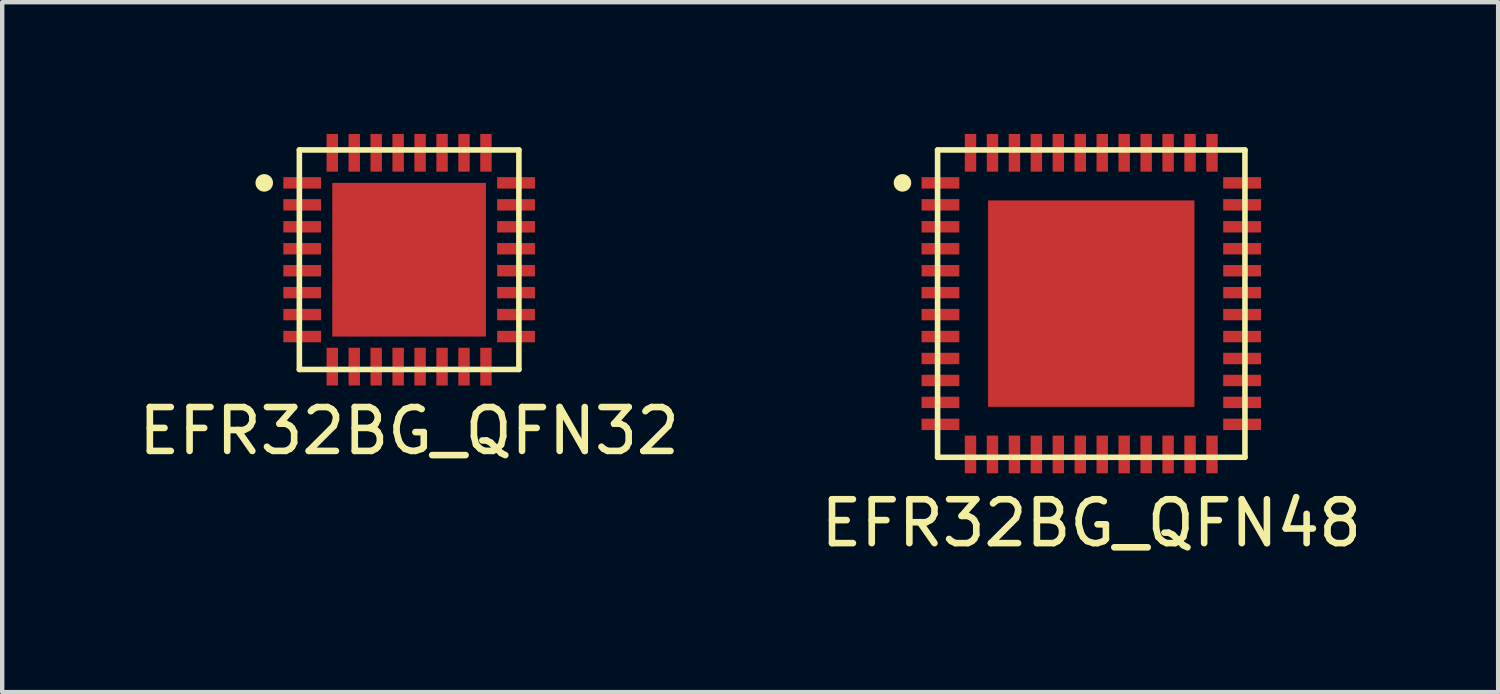
<source format=kicad_pcb>
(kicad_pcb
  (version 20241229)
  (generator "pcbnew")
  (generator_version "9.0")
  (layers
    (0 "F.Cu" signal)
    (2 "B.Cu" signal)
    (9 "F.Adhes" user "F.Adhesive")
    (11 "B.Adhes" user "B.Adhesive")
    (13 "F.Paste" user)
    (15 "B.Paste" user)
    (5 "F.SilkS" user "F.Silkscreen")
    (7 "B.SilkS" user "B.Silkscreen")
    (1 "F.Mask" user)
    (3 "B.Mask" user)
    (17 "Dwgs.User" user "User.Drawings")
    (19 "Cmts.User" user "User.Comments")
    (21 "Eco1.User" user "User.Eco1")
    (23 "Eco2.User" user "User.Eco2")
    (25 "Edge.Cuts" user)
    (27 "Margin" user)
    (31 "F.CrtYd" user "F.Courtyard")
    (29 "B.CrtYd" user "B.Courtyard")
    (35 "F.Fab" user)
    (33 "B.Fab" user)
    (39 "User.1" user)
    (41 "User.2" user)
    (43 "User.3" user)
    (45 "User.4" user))
  (footprint "EFR32BG_QFN48"
    (layer "F.Cu")
    (at 21.804 3.865)
    (property "Reference" "EFR32BG_QFN48" (at 0 5 0) (layer "F.SilkS") (effects (font (size 1 1) (thickness 0.15))))
    (attr through_hole)
    (fp_line (start -3.5 -3.5) (end 3.5 -3.5) (stroke (width 0.127) (type solid)) (layer "F.SilkS"))
    (fp_line (start -3.5 3.5) (end -3.5 -3.5) (stroke (width 0.127) (type solid)) (layer "F.SilkS"))
    (fp_line (start 3.5 -3.5) (end 3.5 3.5) (stroke (width 0.127) (type solid)) (layer "F.SilkS"))
    (fp_line (start 3.5 3.5) (end -3.5 3.5) (stroke (width 0.127) (type solid)) (layer "F.SilkS"))
    (fp_circle (center -4.3 -2.75) (end -4.4 -2.75) (stroke (width 0.2) (type solid)) (fill no) (layer "F.SilkS"))
    (pad "0" smd rect (at 0 0 270) (size 4.7 4.7) (layers "F.Cu" "F.Mask" "F.Paste"))
    (pad "1" smd rect (at -3.435 -2.75 180) (size 0.86 0.26) (layers "F.Cu" "F.Mask" "F.Paste"))
    (pad "2" smd rect (at -3.435 -2.25 180) (size 0.86 0.26) (layers "F.Cu" "F.Mask" "F.Paste"))
    (pad "3" smd rect (at -3.435 -1.75 180) (size 0.86 0.26) (layers "F.Cu" "F.Mask" "F.Paste"))
    (pad "4" smd rect (at -3.435 -1.25 180) (size 0.86 0.26) (layers "F.Cu" "F.Mask" "F.Paste"))
    (pad "5" smd rect (at -3.435 -0.75 180) (size 0.86 0.26) (layers "F.Cu" "F.Mask" "F.Paste"))
    (pad "6" smd rect (at -3.435 -0.25 180) (size 0.86 0.26) (layers "F.Cu" "F.Mask" "F.Paste"))
    (pad "7" smd rect (at -3.435 0.25 180) (size 0.86 0.26) (layers "F.Cu" "F.Mask" "F.Paste"))
    (pad "8" smd rect (at -3.435 0.75 180) (size 0.86 0.26) (layers "F.Cu" "F.Mask" "F.Paste"))
    (pad "9" smd rect (at -3.435 1.25 180) (size 0.86 0.26) (layers "F.Cu" "F.Mask" "F.Paste"))
    (pad "10" smd rect (at -3.435 1.75 180) (size 0.86 0.26) (layers "F.Cu" "F.Mask" "F.Paste"))
    (pad "11" smd rect (at -3.435 2.25 180) (size 0.86 0.26) (layers "F.Cu" "F.Mask" "F.Paste"))
    (pad "12" smd rect (at -3.435 2.75 180) (size 0.86 0.26) (layers "F.Cu" "F.Mask" "F.Paste"))
    (pad "13" smd rect (at -2.75 3.435 270) (size 0.86 0.26) (layers "F.Cu" "F.Mask" "F.Paste"))
    (pad "14" smd rect (at -2.25 3.435 270) (size 0.86 0.26) (layers "F.Cu" "F.Mask" "F.Paste"))
    (pad "15" smd rect (at -1.75 3.435 270) (size 0.86 0.26) (layers "F.Cu" "F.Mask" "F.Paste"))
    (pad "16" smd rect (at -1.25 3.435 270) (size 0.86 0.26) (layers "F.Cu" "F.Mask" "F.Paste"))
    (pad "17" smd rect (at -0.75 3.435 270) (size 0.86 0.26) (layers "F.Cu" "F.Mask" "F.Paste"))
    (pad "18" smd rect (at -0.25 3.435 270) (size 0.86 0.26) (layers "F.Cu" "F.Mask" "F.Paste"))
    (pad "19" smd rect (at 0.25 3.435 270) (size 0.86 0.26) (layers "F.Cu" "F.Mask" "F.Paste"))
    (pad "20" smd rect (at 0.75 3.435 270) (size 0.86 0.26) (layers "F.Cu" "F.Mask" "F.Paste"))
    (pad "21" smd rect (at 1.25 3.435 270) (size 0.86 0.26) (layers "F.Cu" "F.Mask" "F.Paste"))
    (pad "22" smd rect (at 1.75 3.435 270) (size 0.86 0.26) (layers "F.Cu" "F.Mask" "F.Paste"))
    (pad "23" smd rect (at 2.25 3.435 270) (size 0.86 0.26) (layers "F.Cu" "F.Mask" "F.Paste"))
    (pad "24" smd rect (at 2.75 3.435 270) (size 0.86 0.26) (layers "F.Cu" "F.Mask" "F.Paste"))
    (pad "25" smd rect (at 3.435 2.75 180) (size 0.86 0.26) (layers "F.Cu" "F.Mask" "F.Paste"))
    (pad "26" smd rect (at 3.435 2.25 180) (size 0.86 0.26) (layers "F.Cu" "F.Mask" "F.Paste"))
    (pad "27" smd rect (at 3.435 1.75 180) (size 0.86 0.26) (layers "F.Cu" "F.Mask" "F.Paste"))
    (pad "28" smd rect (at 3.435 1.25 180) (size 0.86 0.26) (layers "F.Cu" "F.Mask" "F.Paste"))
    (pad "29" smd rect (at 3.435 0.75 180) (size 0.86 0.26) (layers "F.Cu" "F.Mask" "F.Paste"))
    (pad "30" smd rect (at 3.435 0.25 180) (size 0.86 0.26) (layers "F.Cu" "F.Mask" "F.Paste"))
    (pad "31" smd rect (at 3.435 -0.25 180) (size 0.86 0.26) (layers "F.Cu" "F.Mask" "F.Paste"))
    (pad "32" smd rect (at 3.435 -0.75 180) (size 0.86 0.26) (layers "F.Cu" "F.Mask" "F.Paste"))
    (pad "33" smd rect (at 3.435 -1.25 180) (size 0.86 0.26) (layers "F.Cu" "F.Mask" "F.Paste"))
    (pad "34" smd rect (at 3.435 -1.75 180) (size 0.86 0.26) (layers "F.Cu" "F.Mask" "F.Paste"))
    (pad "35" smd rect (at 3.435 -2.25 180) (size 0.86 0.26) (layers "F.Cu" "F.Mask" "F.Paste"))
    (pad "36" smd rect (at 3.435 -2.75 180) (size 0.86 0.26) (layers "F.Cu" "F.Mask" "F.Paste"))
    (pad "37" smd rect (at 2.75 -3.435 270) (size 0.86 0.26) (layers "F.Cu" "F.Mask" "F.Paste"))
    (pad "38" smd rect (at 2.25 -3.435 270) (size 0.86 0.26) (layers "F.Cu" "F.Mask" "F.Paste"))
    (pad "39" smd rect (at 1.75 -3.435 270) (size 0.86 0.26) (layers "F.Cu" "F.Mask" "F.Paste"))
    (pad "40" smd rect (at 1.25 -3.435 270) (size 0.86 0.26) (layers "F.Cu" "F.Mask" "F.Paste"))
    (pad "41" smd rect (at 0.75 -3.435 270) (size 0.86 0.26) (layers "F.Cu" "F.Mask" "F.Paste"))
    (pad "42" smd rect (at 0.25 -3.435 270) (size 0.86 0.26) (layers "F.Cu" "F.Mask" "F.Paste"))
    (pad "43" smd rect (at -0.25 -3.435 270) (size 0.86 0.26) (layers "F.Cu" "F.Mask" "F.Paste"))
    (pad "44" smd rect (at -0.75 -3.435 270) (size 0.86 0.26) (layers "F.Cu" "F.Mask" "F.Paste"))
    (pad "45" smd rect (at -1.25 -3.435 270) (size 0.86 0.26) (layers "F.Cu" "F.Mask" "F.Paste"))
    (pad "46" smd rect (at -1.75 -3.435 270) (size 0.86 0.26) (layers "F.Cu" "F.Mask" "F.Paste"))
    (pad "47" smd rect (at -2.25 -3.435 270) (size 0.86 0.26) (layers "F.Cu" "F.Mask" "F.Paste"))
    (pad "48" smd rect (at -2.75 -3.435 270) (size 0.86 0.26) (layers "F.Cu" "F.Mask" "F.Paste")))
  (footprint "EFR32BG_QFN32"
    (layer "F.Cu")
    (at 6.268 2.865)
    (property "Reference" "EFR32BG_QFN32" (at 0 3.9 0) (layer "F.SilkS") (effects (font (size 1 1) (thickness 0.15))))
    (attr through_hole)
    (fp_line (start -2.5 -2.5) (end 2.5 -2.5) (stroke (width 0.127) (type solid)) (layer "F.SilkS"))
    (fp_line (start -2.5 2.5) (end -2.5 -2.5) (stroke (width 0.127) (type solid)) (layer "F.SilkS"))
    (fp_line (start 2.5 -2.5) (end 2.5 2.5) (stroke (width 0.127) (type solid)) (layer "F.SilkS"))
    (fp_line (start 2.5 2.5) (end -2.5 2.5) (stroke (width 0.127) (type solid)) (layer "F.SilkS"))
    (fp_circle (center -3.3 -1.75) (end -3.4 -1.75) (stroke (width 0.2) (type solid)) (fill no) (layer "F.SilkS"))
    (pad "0" smd rect (at 0 0 90) (size 3.5 3.5) (layers "F.Cu" "F.Mask" "F.Paste"))
    (pad "1" smd rect (at -2.435 -1.75) (size 0.86 0.26) (layers "F.Cu" "F.Mask" "F.Paste"))
    (pad "2" smd rect (at -2.435 -1.25) (size 0.86 0.26) (layers "F.Cu" "F.Mask" "F.Paste"))
    (pad "3" smd rect (at -2.435 -0.75) (size 0.86 0.26) (layers "F.Cu" "F.Mask" "F.Paste"))
    (pad "4" smd rect (at -2.435 -0.25) (size 0.86 0.26) (layers "F.Cu" "F.Mask" "F.Paste"))
    (pad "5" smd rect (at -2.435 0.25) (size 0.86 0.26) (layers "F.Cu" "F.Mask" "F.Paste"))
    (pad "6" smd rect (at -2.435 0.75) (size 0.86 0.26) (layers "F.Cu" "F.Mask" "F.Paste"))
    (pad "7" smd rect (at -2.435 1.25) (size 0.86 0.26) (layers "F.Cu" "F.Mask" "F.Paste"))
    (pad "8" smd rect (at -2.435 1.75) (size 0.86 0.26) (layers "F.Cu" "F.Mask" "F.Paste"))
    (pad "9" smd rect (at -1.75 2.435 90) (size 0.86 0.26) (layers "F.Cu" "F.Mask" "F.Paste"))
    (pad "10" smd rect (at -1.25 2.435 90) (size 0.86 0.26) (layers "F.Cu" "F.Mask" "F.Paste"))
    (pad "11" smd rect (at -0.75 2.435 90) (size 0.86 0.26) (layers "F.Cu" "F.Mask" "F.Paste"))
    (pad "12" smd rect (at -0.25 2.435 90) (size 0.86 0.26) (layers "F.Cu" "F.Mask" "F.Paste"))
    (pad "13" smd rect (at 0.25 2.435 90) (size 0.86 0.26) (layers "F.Cu" "F.Mask" "F.Paste"))
    (pad "14" smd rect (at 0.75 2.435 90) (size 0.86 0.26) (layers "F.Cu" "F.Mask" "F.Paste"))
    (pad "15" smd rect (at 1.25 2.435 90) (size 0.86 0.26) (layers "F.Cu" "F.Mask" "F.Paste"))
    (pad "16" smd rect (at 1.75 2.435 90) (size 0.86 0.26) (layers "F.Cu" "F.Mask" "F.Paste"))
    (pad "17" smd rect (at 2.435 1.75) (size 0.86 0.26) (layers "F.Cu" "F.Mask" "F.Paste"))
    (pad "18" smd rect (at 2.435 1.25) (size 0.86 0.26) (layers "F.Cu" "F.Mask" "F.Paste"))
    (pad "19" smd rect (at 2.435 0.75) (size 0.86 0.26) (layers "F.Cu" "F.Mask" "F.Paste"))
    (pad "20" smd rect (at 2.435 0.25) (size 0.86 0.26) (layers "F.Cu" "F.Mask" "F.Paste"))
    (pad "21" smd rect (at 2.435 -0.25) (size 0.86 0.26) (layers "F.Cu" "F.Mask" "F.Paste"))
    (pad "22" smd rect (at 2.435 -0.75) (size 0.86 0.26) (layers "F.Cu" "F.Mask" "F.Paste"))
    (pad "23" smd rect (at 2.435 -1.25) (size 0.86 0.26) (layers "F.Cu" "F.Mask" "F.Paste"))
    (pad "24" smd rect (at 2.435 -1.75) (size 0.86 0.26) (layers "F.Cu" "F.Mask" "F.Paste"))
    (pad "25" smd rect (at 1.75 -2.435 90) (size 0.86 0.26) (layers "F.Cu" "F.Mask" "F.Paste"))
    (pad "26" smd rect (at 1.25 -2.435 90) (size 0.86 0.26) (layers "F.Cu" "F.Mask" "F.Paste"))
    (pad "27" smd rect (at 0.75 -2.435 90) (size 0.86 0.26) (layers "F.Cu" "F.Mask" "F.Paste"))
    (pad "28" smd rect (at 0.25 -2.435 90) (size 0.86 0.26) (layers "F.Cu" "F.Mask" "F.Paste"))
    (pad "29" smd rect (at -0.25 -2.435 90) (size 0.86 0.26) (layers "F.Cu" "F.Mask" "F.Paste"))
    (pad "30" smd rect (at -0.75 -2.435 90) (size 0.86 0.26) (layers "F.Cu" "F.Mask" "F.Paste"))
    (pad "31" smd rect (at -1.25 -2.435 90) (size 0.86 0.26) (layers "F.Cu" "F.Mask" "F.Paste"))
    (pad "32" smd rect (at -1.75 -2.435 90) (size 0.86 0.26) (layers "F.Cu" "F.Mask" "F.Paste")))
  (gr_rect
    (start -3 -3)
    (end 31.071 12.713)
    (stroke (width 0.1) (type default))
    (fill no)
    (layer "Edge.Cuts")))
</source>
